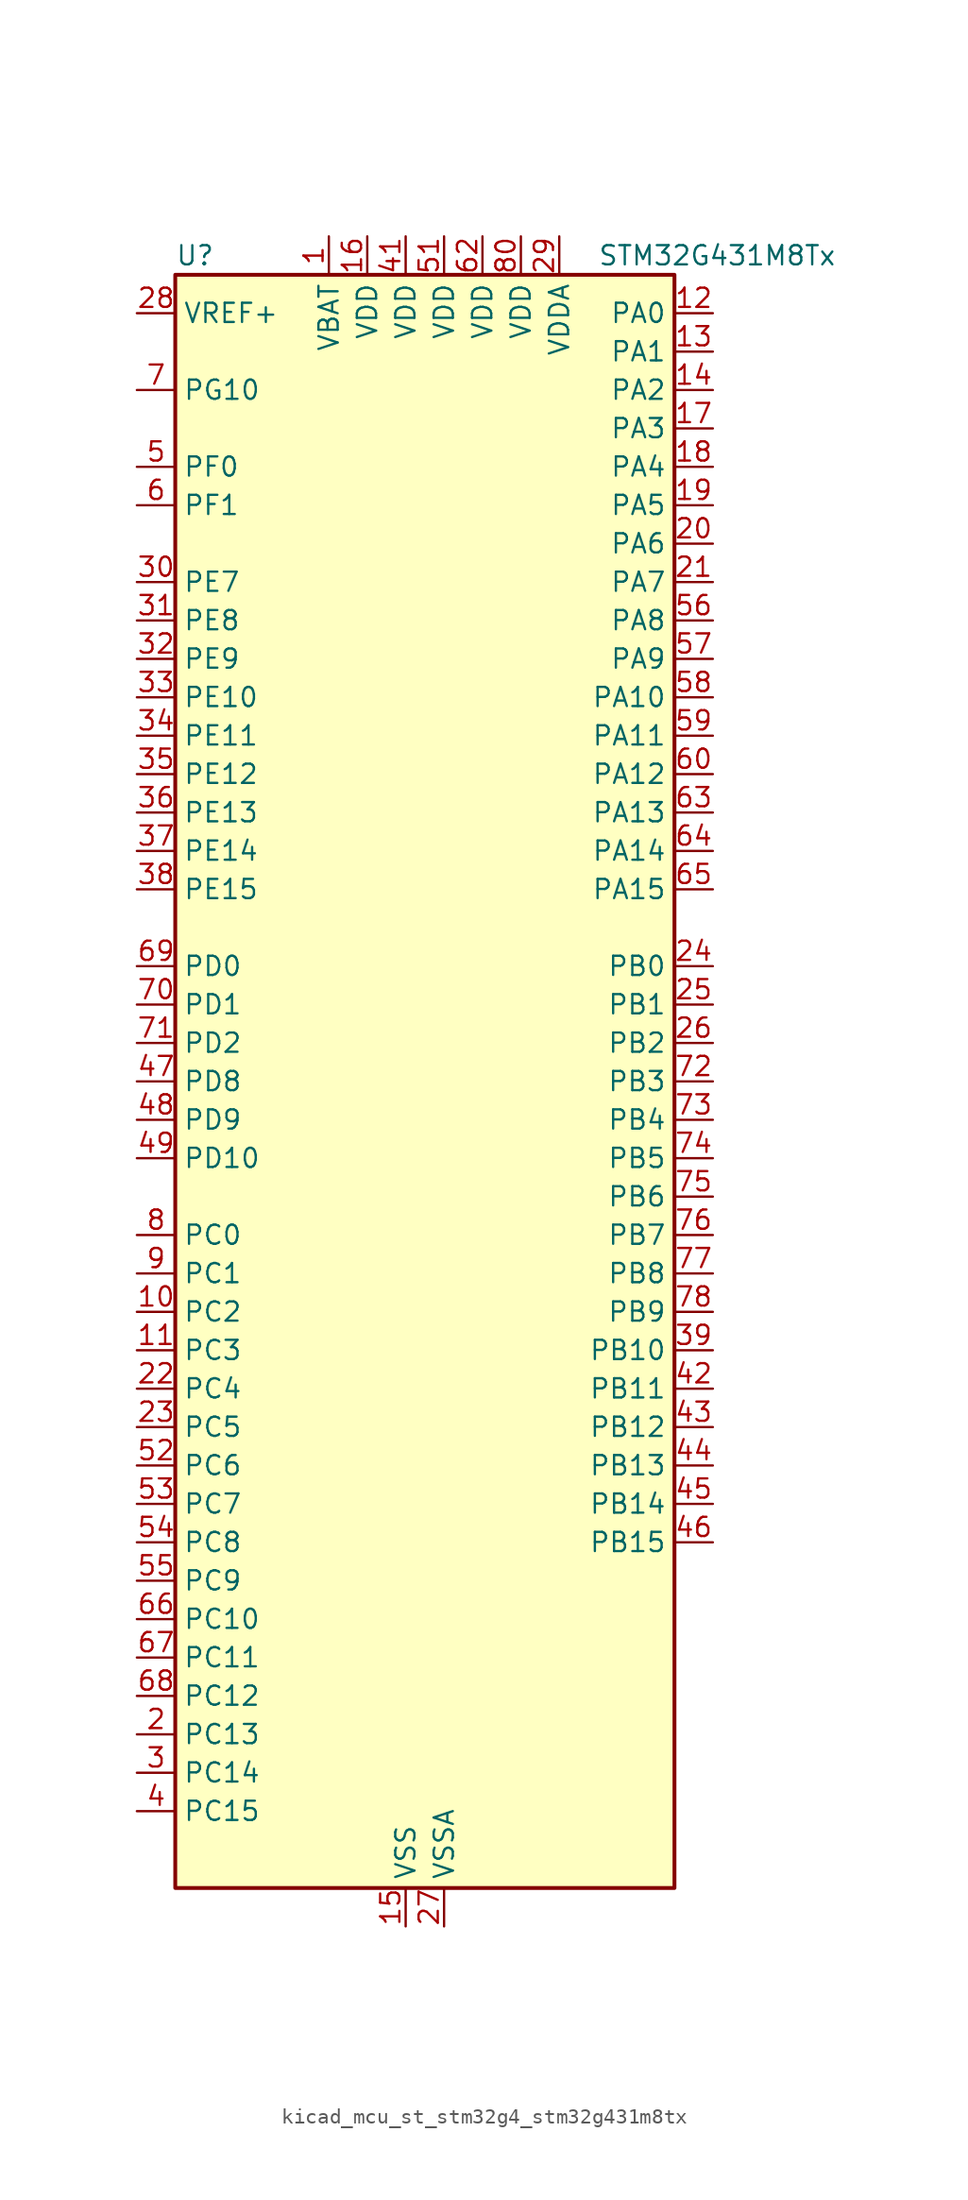
<source format=kicad_sym>
(kicad_symbol_lib
  (version 20220914)
  (generator kicad_symbol_editor)
  (symbol "kicad_mcu_st_stm32g4_stm32g431m8tx"
    (property "Reference" "U"
      (at -15.24 54.61 0)
      (effects (font (size 1.27 1.27)) (justify left)))
    (property "Value" "STM32G431M8Tx"
      (at 12.7 54.61 0)
      (effects (font (size 1.27 1.27)) (justify left)))
    (property "ki_locked" ""
      (at 0 0 0)
      (effects (font (size 1.27 1.27))))
    (symbol "kicad_mcu_st_stm32g4_stm32g431m8tx_0_1"
      (rectangle (start -15.24 -53.34) (end 17.78 53.34) (stroke (width 0.254) (type default)) (fill (type background))))
    (symbol "kicad_mcu_st_stm32g4_stm32g431m8tx_1_1"
      (pin power_in line (at -5.08 55.88 270) (length 2.54) (name "VBAT" (effects (font (size 1.27 1.27)))) (number "1" (effects (font (size 1.27 1.27)))))
      (pin bidirectional line (at -17.78 -15.24 0) (length 2.54) (name "PC2" (effects (font (size 1.27 1.27)))) (number "10" (effects (font (size 1.27 1.27)))) (alternate "ADC1_IN8" bidirectional line) (alternate "ADC2_IN8" bidirectional line) (alternate "COMP3_OUT" bidirectional line) (alternate "LPTIM1_IN2" bidirectional line) (alternate "TIM1_CH3" bidirectional line))
      (pin bidirectional line (at -17.78 -17.78 0) (length 2.54) (name "PC3" (effects (font (size 1.27 1.27)))) (number "11" (effects (font (size 1.27 1.27)))) (alternate "ADC1_IN9" bidirectional line) (alternate "ADC2_IN9" bidirectional line) (alternate "LPTIM1_ETR" bidirectional line) (alternate "SAI1_D1" bidirectional line) (alternate "SAI1_SD_A" bidirectional line) (alternate "TIM1_BKIN2" bidirectional line) (alternate "TIM1_CH4" bidirectional line))
      (pin bidirectional line (at 20.32 50.8 180) (length 2.54) (name "PA0" (effects (font (size 1.27 1.27)))) (number "12" (effects (font (size 1.27 1.27)))) (alternate "ADC1_IN1" bidirectional line) (alternate "ADC2_IN1" bidirectional line) (alternate "COMP1_INM" bidirectional line) (alternate "COMP1_OUT" bidirectional line) (alternate "COMP3_INP" bidirectional line) (alternate "RTC_TAMP2" bidirectional line) (alternate "SYS_WKUP1" bidirectional line) (alternate "TIM2_CH1" bidirectional line) (alternate "TIM2_ETR" bidirectional line) (alternate "TIM8_BKIN" bidirectional line) (alternate "TIM8_ETR" bidirectional line) (alternate "USART2_CTS" bidirectional line) (alternate "USART2_NSS" bidirectional line))
      (pin bidirectional line (at 20.32 48.26 180) (length 2.54) (name "PA1" (effects (font (size 1.27 1.27)))) (number "13" (effects (font (size 1.27 1.27)))) (alternate "ADC1_IN2" bidirectional line) (alternate "ADC2_IN2" bidirectional line) (alternate "COMP1_INP" bidirectional line) (alternate "OPAMP1_VINP" bidirectional line) (alternate "OPAMP1_VINP_SEC" bidirectional line) (alternate "OPAMP3_VINP" bidirectional line) (alternate "OPAMP3_VINP_SEC" bidirectional line) (alternate "RTC_REFIN" bidirectional line) (alternate "TIM15_CH1N" bidirectional line) (alternate "TIM2_CH2" bidirectional line) (alternate "USART2_DE" bidirectional line) (alternate "USART2_RTS" bidirectional line))
      (pin bidirectional line (at 20.32 45.72 180) (length 2.54) (name "PA2" (effects (font (size 1.27 1.27)))) (number "14" (effects (font (size 1.27 1.27)))) (alternate "ADC1_IN3" bidirectional line) (alternate "COMP2_INM" bidirectional line) (alternate "COMP2_OUT" bidirectional line) (alternate "LPUART1_TX" bidirectional line) (alternate "OPAMP1_VOUT" bidirectional line) (alternate "RCC_LSCO" bidirectional line) (alternate "SYS_WKUP4" bidirectional line) (alternate "TIM15_CH1" bidirectional line) (alternate "TIM2_CH3" bidirectional line) (alternate "UCPD1_FRSTX1" bidirectional line) (alternate "UCPD1_FRSTX2" bidirectional line) (alternate "USART2_TX" bidirectional line))
      (pin power_in line (at 0 -55.88 90) (length 2.54) (name "VSS" (effects (font (size 1.27 1.27)))) (number "15" (effects (font (size 1.27 1.27)))))
      (pin power_in line (at -2.54 55.88 270) (length 2.54) (name "VDD" (effects (font (size 1.27 1.27)))) (number "16" (effects (font (size 1.27 1.27)))))
      (pin bidirectional line (at 20.32 43.18 180) (length 2.54) (name "PA3" (effects (font (size 1.27 1.27)))) (number "17" (effects (font (size 1.27 1.27)))) (alternate "ADC1_IN4" bidirectional line) (alternate "COMP2_INP" bidirectional line) (alternate "LPUART1_RX" bidirectional line) (alternate "OPAMP1_VINM" bidirectional line) (alternate "OPAMP1_VINM0" bidirectional line) (alternate "OPAMP1_VINM_SEC" bidirectional line) (alternate "OPAMP1_VINP" bidirectional line) (alternate "OPAMP1_VINP_SEC" bidirectional line) (alternate "SAI1_CK1" bidirectional line) (alternate "SAI1_MCLK_A" bidirectional line) (alternate "TIM15_CH2" bidirectional line) (alternate "TIM2_CH4" bidirectional line) (alternate "USART2_RX" bidirectional line))
      (pin bidirectional line (at 20.32 40.64 180) (length 2.54) (name "PA4" (effects (font (size 1.27 1.27)))) (number "18" (effects (font (size 1.27 1.27)))) (alternate "ADC2_IN17" bidirectional line) (alternate "COMP1_INM" bidirectional line) (alternate "DAC1_OUT1" bidirectional line) (alternate "I2S3_WS" bidirectional line) (alternate "SAI1_FS_B" bidirectional line) (alternate "SPI1_NSS" bidirectional line) (alternate "SPI3_NSS" bidirectional line) (alternate "TIM3_CH2" bidirectional line) (alternate "USART2_CK" bidirectional line))
      (pin bidirectional line (at 20.32 38.1 180) (length 2.54) (name "PA5" (effects (font (size 1.27 1.27)))) (number "19" (effects (font (size 1.27 1.27)))) (alternate "ADC2_IN13" bidirectional line) (alternate "COMP2_INM" bidirectional line) (alternate "DAC1_OUT2" bidirectional line) (alternate "OPAMP2_VINM" bidirectional line) (alternate "OPAMP2_VINM0" bidirectional line) (alternate "OPAMP2_VINM_SEC" bidirectional line) (alternate "SPI1_SCK" bidirectional line) (alternate "TIM2_CH1" bidirectional line) (alternate "TIM2_ETR" bidirectional line) (alternate "UCPD1_FRSTX1" bidirectional line) (alternate "UCPD1_FRSTX2" bidirectional line))
      (pin bidirectional line (at -17.78 -43.18 0) (length 2.54) (name "PC13" (effects (font (size 1.27 1.27)))) (number "2" (effects (font (size 1.27 1.27)))) (alternate "RTC_OUT1" bidirectional line) (alternate "RTC_TAMP1" bidirectional line) (alternate "RTC_TS" bidirectional line) (alternate "SYS_WKUP2" bidirectional line) (alternate "TIM1_BKIN" bidirectional line) (alternate "TIM1_CH1N" bidirectional line) (alternate "TIM8_CH4N" bidirectional line))
      (pin bidirectional line (at 20.32 35.56 180) (length 2.54) (name "PA6" (effects (font (size 1.27 1.27)))) (number "20" (effects (font (size 1.27 1.27)))) (alternate "ADC2_IN3" bidirectional line) (alternate "COMP1_OUT" bidirectional line) (alternate "LPUART1_CTS" bidirectional line) (alternate "OPAMP2_VOUT" bidirectional line) (alternate "SPI1_MISO" bidirectional line) (alternate "TIM16_CH1" bidirectional line) (alternate "TIM1_BKIN" bidirectional line) (alternate "TIM3_CH1" bidirectional line) (alternate "TIM8_BKIN" bidirectional line))
      (pin bidirectional line (at 20.32 33.02 180) (length 2.54) (name "PA7" (effects (font (size 1.27 1.27)))) (number "21" (effects (font (size 1.27 1.27)))) (alternate "ADC2_IN4" bidirectional line) (alternate "COMP2_INP" bidirectional line) (alternate "COMP2_OUT" bidirectional line) (alternate "OPAMP1_VINP" bidirectional line) (alternate "OPAMP1_VINP_SEC" bidirectional line) (alternate "OPAMP2_VINP" bidirectional line) (alternate "OPAMP2_VINP_SEC" bidirectional line) (alternate "SPI1_MOSI" bidirectional line) (alternate "TIM17_CH1" bidirectional line) (alternate "TIM1_CH1N" bidirectional line) (alternate "TIM3_CH2" bidirectional line) (alternate "TIM8_CH1N" bidirectional line) (alternate "UCPD1_FRSTX1" bidirectional line) (alternate "UCPD1_FRSTX2" bidirectional line))
      (pin bidirectional line (at -17.78 -20.32 0) (length 2.54) (name "PC4" (effects (font (size 1.27 1.27)))) (number "22" (effects (font (size 1.27 1.27)))) (alternate "ADC2_IN5" bidirectional line) (alternate "I2C2_SCL" bidirectional line) (alternate "TIM1_ETR" bidirectional line) (alternate "USART1_TX" bidirectional line))
      (pin bidirectional line (at -17.78 -22.86 0) (length 2.54) (name "PC5" (effects (font (size 1.27 1.27)))) (number "23" (effects (font (size 1.27 1.27)))) (alternate "ADC2_IN11" bidirectional line) (alternate "OPAMP1_VINM" bidirectional line) (alternate "OPAMP1_VINM1" bidirectional line) (alternate "OPAMP1_VINM_SEC" bidirectional line) (alternate "OPAMP2_VINM" bidirectional line) (alternate "OPAMP2_VINM1" bidirectional line) (alternate "OPAMP2_VINM_SEC" bidirectional line) (alternate "SAI1_D3" bidirectional line) (alternate "SYS_WKUP5" bidirectional line) (alternate "TIM15_BKIN" bidirectional line) (alternate "TIM1_CH4N" bidirectional line) (alternate "USART1_RX" bidirectional line))
      (pin bidirectional line (at 20.32 7.62 180) (length 2.54) (name "PB0" (effects (font (size 1.27 1.27)))) (number "24" (effects (font (size 1.27 1.27)))) (alternate "ADC1_IN15" bidirectional line) (alternate "COMP4_INP" bidirectional line) (alternate "OPAMP2_VINP" bidirectional line) (alternate "OPAMP2_VINP_SEC" bidirectional line) (alternate "OPAMP3_VINP" bidirectional line) (alternate "OPAMP3_VINP_SEC" bidirectional line) (alternate "TIM1_CH2N" bidirectional line) (alternate "TIM3_CH3" bidirectional line) (alternate "TIM8_CH2N" bidirectional line) (alternate "UCPD1_FRSTX1" bidirectional line) (alternate "UCPD1_FRSTX2" bidirectional line))
      (pin bidirectional line (at 20.32 5.08 180) (length 2.54) (name "PB1" (effects (font (size 1.27 1.27)))) (number "25" (effects (font (size 1.27 1.27)))) (alternate "ADC1_IN12" bidirectional line) (alternate "COMP1_INP" bidirectional line) (alternate "COMP4_OUT" bidirectional line) (alternate "LPUART1_DE" bidirectional line) (alternate "LPUART1_RTS" bidirectional line) (alternate "OPAMP3_VOUT" bidirectional line) (alternate "TIM1_CH3N" bidirectional line) (alternate "TIM3_CH4" bidirectional line) (alternate "TIM8_CH3N" bidirectional line))
      (pin bidirectional line (at 20.32 2.54 180) (length 2.54) (name "PB2" (effects (font (size 1.27 1.27)))) (number "26" (effects (font (size 1.27 1.27)))) (alternate "ADC2_IN12" bidirectional line) (alternate "COMP4_INM" bidirectional line) (alternate "I2C3_SMBA" bidirectional line) (alternate "LPTIM1_OUT" bidirectional line) (alternate "OPAMP3_VINM" bidirectional line) (alternate "OPAMP3_VINM0" bidirectional line) (alternate "OPAMP3_VINM_SEC" bidirectional line) (alternate "RTC_OUT2" bidirectional line))
      (pin power_in line (at 2.54 -55.88 90) (length 2.54) (name "VSSA" (effects (font (size 1.27 1.27)))) (number "27" (effects (font (size 1.27 1.27)))))
      (pin input line (at -17.78 50.8 0) (length 2.54) (name "VREF+" (effects (font (size 1.27 1.27)))) (number "28" (effects (font (size 1.27 1.27)))) (alternate "VREFBUF_OUT" bidirectional line))
      (pin power_in line (at 10.16 55.88 270) (length 2.54) (name "VDDA" (effects (font (size 1.27 1.27)))) (number "29" (effects (font (size 1.27 1.27)))))
      (pin bidirectional line (at -17.78 -45.72 0) (length 2.54) (name "PC14" (effects (font (size 1.27 1.27)))) (number "3" (effects (font (size 1.27 1.27)))) (alternate "RCC_OSC32_IN" bidirectional line))
      (pin bidirectional line (at -17.78 33.02 0) (length 2.54) (name "PE7" (effects (font (size 1.27 1.27)))) (number "30" (effects (font (size 1.27 1.27)))) (alternate "COMP4_INP" bidirectional line) (alternate "SAI1_SD_B" bidirectional line) (alternate "TIM1_ETR" bidirectional line))
      (pin bidirectional line (at -17.78 30.48 0) (length 2.54) (name "PE8" (effects (font (size 1.27 1.27)))) (number "31" (effects (font (size 1.27 1.27)))) (alternate "COMP4_INM" bidirectional line) (alternate "SAI1_SCK_B" bidirectional line) (alternate "TIM1_CH1N" bidirectional line))
      (pin bidirectional line (at -17.78 27.94 0) (length 2.54) (name "PE9" (effects (font (size 1.27 1.27)))) (number "32" (effects (font (size 1.27 1.27)))) (alternate "DAC1_EXTI9" bidirectional line) (alternate "DAC3_EXTI9" bidirectional line) (alternate "SAI1_FS_B" bidirectional line) (alternate "TIM1_CH1" bidirectional line))
      (pin bidirectional line (at -17.78 25.4 0) (length 2.54) (name "PE10" (effects (font (size 1.27 1.27)))) (number "33" (effects (font (size 1.27 1.27)))) (alternate "DAC1_EXTI10" bidirectional line) (alternate "DAC3_EXTI10" bidirectional line) (alternate "SAI1_MCLK_B" bidirectional line) (alternate "TIM1_CH2N" bidirectional line))
      (pin bidirectional line (at -17.78 22.86 0) (length 2.54) (name "PE11" (effects (font (size 1.27 1.27)))) (number "34" (effects (font (size 1.27 1.27)))) (alternate "ADC1_EXTI11" bidirectional line) (alternate "ADC2_EXTI11" bidirectional line) (alternate "TIM1_CH2" bidirectional line))
      (pin bidirectional line (at -17.78 20.32 0) (length 2.54) (name "PE12" (effects (font (size 1.27 1.27)))) (number "35" (effects (font (size 1.27 1.27)))) (alternate "TIM1_CH3N" bidirectional line))
      (pin bidirectional line (at -17.78 17.78 0) (length 2.54) (name "PE13" (effects (font (size 1.27 1.27)))) (number "36" (effects (font (size 1.27 1.27)))) (alternate "TIM1_CH3" bidirectional line))
      (pin bidirectional line (at -17.78 15.24 0) (length 2.54) (name "PE14" (effects (font (size 1.27 1.27)))) (number "37" (effects (font (size 1.27 1.27)))) (alternate "TIM1_BKIN2" bidirectional line) (alternate "TIM1_CH4" bidirectional line))
      (pin bidirectional line (at -17.78 12.7 0) (length 2.54) (name "PE15" (effects (font (size 1.27 1.27)))) (number "38" (effects (font (size 1.27 1.27)))) (alternate "ADC1_EXTI15" bidirectional line) (alternate "ADC2_EXTI15" bidirectional line) (alternate "TIM1_BKIN" bidirectional line) (alternate "TIM1_CH4N" bidirectional line) (alternate "USART3_RX" bidirectional line))
      (pin bidirectional line (at 20.32 -17.78 180) (length 2.54) (name "PB10" (effects (font (size 1.27 1.27)))) (number "39" (effects (font (size 1.27 1.27)))) (alternate "DAC1_EXTI10" bidirectional line) (alternate "DAC3_EXTI10" bidirectional line) (alternate "LPUART1_RX" bidirectional line) (alternate "OPAMP3_VINM" bidirectional line) (alternate "OPAMP3_VINM1" bidirectional line) (alternate "OPAMP3_VINM_SEC" bidirectional line) (alternate "SAI1_SCK_A" bidirectional line) (alternate "TIM1_BKIN" bidirectional line) (alternate "TIM2_CH3" bidirectional line) (alternate "USART3_TX" bidirectional line))
      (pin bidirectional line (at -17.78 -48.26 0) (length 2.54) (name "PC15" (effects (font (size 1.27 1.27)))) (number "4" (effects (font (size 1.27 1.27)))) (alternate "ADC1_EXTI15" bidirectional line) (alternate "ADC2_EXTI15" bidirectional line) (alternate "RCC_OSC32_OUT" bidirectional line))
      (pin passive line (at 0 -55.88 90) (length 2.54) hide (name "VSS" (effects (font (size 1.27 1.27)))) (number "40" (effects (font (size 1.27 1.27)))))
      (pin power_in line (at 0 55.88 270) (length 2.54) (name "VDD" (effects (font (size 1.27 1.27)))) (number "41" (effects (font (size 1.27 1.27)))))
      (pin bidirectional line (at 20.32 -20.32 180) (length 2.54) (name "PB11" (effects (font (size 1.27 1.27)))) (number "42" (effects (font (size 1.27 1.27)))) (alternate "ADC1_EXTI11" bidirectional line) (alternate "ADC1_IN14" bidirectional line) (alternate "ADC2_EXTI11" bidirectional line) (alternate "ADC2_IN14" bidirectional line) (alternate "LPUART1_TX" bidirectional line) (alternate "TIM2_CH4" bidirectional line) (alternate "USART3_RX" bidirectional line))
      (pin bidirectional line (at 20.32 -22.86 180) (length 2.54) (name "PB12" (effects (font (size 1.27 1.27)))) (number "43" (effects (font (size 1.27 1.27)))) (alternate "ADC1_IN11" bidirectional line) (alternate "I2C2_SMBA" bidirectional line) (alternate "I2S2_WS" bidirectional line) (alternate "LPUART1_DE" bidirectional line) (alternate "LPUART1_RTS" bidirectional line) (alternate "SPI2_NSS" bidirectional line) (alternate "TIM1_BKIN" bidirectional line) (alternate "USART3_CK" bidirectional line))
      (pin bidirectional line (at 20.32 -25.4 180) (length 2.54) (name "PB13" (effects (font (size 1.27 1.27)))) (number "44" (effects (font (size 1.27 1.27)))) (alternate "I2S2_CK" bidirectional line) (alternate "LPUART1_CTS" bidirectional line) (alternate "OPAMP3_VINP" bidirectional line) (alternate "OPAMP3_VINP_SEC" bidirectional line) (alternate "SPI2_SCK" bidirectional line) (alternate "TIM1_CH1N" bidirectional line) (alternate "USART3_CTS" bidirectional line) (alternate "USART3_NSS" bidirectional line))
      (pin bidirectional line (at 20.32 -27.94 180) (length 2.54) (name "PB14" (effects (font (size 1.27 1.27)))) (number "45" (effects (font (size 1.27 1.27)))) (alternate "ADC1_IN5" bidirectional line) (alternate "COMP4_OUT" bidirectional line) (alternate "OPAMP2_VINP" bidirectional line) (alternate "OPAMP2_VINP_SEC" bidirectional line) (alternate "SPI2_MISO" bidirectional line) (alternate "TIM15_CH1" bidirectional line) (alternate "TIM1_CH2N" bidirectional line) (alternate "USART3_DE" bidirectional line) (alternate "USART3_RTS" bidirectional line))
      (pin bidirectional line (at 20.32 -30.48 180) (length 2.54) (name "PB15" (effects (font (size 1.27 1.27)))) (number "46" (effects (font (size 1.27 1.27)))) (alternate "ADC1_EXTI15" bidirectional line) (alternate "ADC2_EXTI15" bidirectional line) (alternate "ADC2_IN15" bidirectional line) (alternate "COMP3_OUT" bidirectional line) (alternate "I2S2_SD" bidirectional line) (alternate "RTC_REFIN" bidirectional line) (alternate "SPI2_MOSI" bidirectional line) (alternate "TIM15_CH1N" bidirectional line) (alternate "TIM15_CH2" bidirectional line) (alternate "TIM1_CH3N" bidirectional line))
      (pin bidirectional line (at -17.78 0 0) (length 2.54) (name "PD8" (effects (font (size 1.27 1.27)))) (number "47" (effects (font (size 1.27 1.27)))) (alternate "USART3_TX" bidirectional line))
      (pin bidirectional line (at -17.78 -2.54 0) (length 2.54) (name "PD9" (effects (font (size 1.27 1.27)))) (number "48" (effects (font (size 1.27 1.27)))) (alternate "DAC1_EXTI9" bidirectional line) (alternate "DAC3_EXTI9" bidirectional line) (alternate "USART3_RX" bidirectional line))
      (pin bidirectional line (at -17.78 -5.08 0) (length 2.54) (name "PD10" (effects (font (size 1.27 1.27)))) (number "49" (effects (font (size 1.27 1.27)))) (alternate "DAC1_EXTI10" bidirectional line) (alternate "DAC3_EXTI10" bidirectional line) (alternate "USART3_CK" bidirectional line))
      (pin bidirectional line (at -17.78 40.64 0) (length 2.54) (name "PF0" (effects (font (size 1.27 1.27)))) (number "5" (effects (font (size 1.27 1.27)))) (alternate "ADC1_IN10" bidirectional line) (alternate "I2C2_SDA" bidirectional line) (alternate "I2S2_WS" bidirectional line) (alternate "RCC_OSC_IN" bidirectional line) (alternate "SPI2_NSS" bidirectional line) (alternate "TIM1_CH3N" bidirectional line))
      (pin passive line (at 0 -55.88 90) (length 2.54) hide (name "VSS" (effects (font (size 1.27 1.27)))) (number "50" (effects (font (size 1.27 1.27)))))
      (pin power_in line (at 2.54 55.88 270) (length 2.54) (name "VDD" (effects (font (size 1.27 1.27)))) (number "51" (effects (font (size 1.27 1.27)))))
      (pin bidirectional line (at -17.78 -25.4 0) (length 2.54) (name "PC6" (effects (font (size 1.27 1.27)))) (number "52" (effects (font (size 1.27 1.27)))) (alternate "I2S2_MCK" bidirectional line) (alternate "TIM3_CH1" bidirectional line) (alternate "TIM8_CH1" bidirectional line))
      (pin bidirectional line (at -17.78 -27.94 0) (length 2.54) (name "PC7" (effects (font (size 1.27 1.27)))) (number "53" (effects (font (size 1.27 1.27)))) (alternate "I2S3_MCK" bidirectional line) (alternate "TIM3_CH2" bidirectional line) (alternate "TIM8_CH2" bidirectional line))
      (pin bidirectional line (at -17.78 -30.48 0) (length 2.54) (name "PC8" (effects (font (size 1.27 1.27)))) (number "54" (effects (font (size 1.27 1.27)))) (alternate "I2C3_SCL" bidirectional line) (alternate "TIM3_CH3" bidirectional line) (alternate "TIM8_CH3" bidirectional line))
      (pin bidirectional line (at -17.78 -33.02 0) (length 2.54) (name "PC9" (effects (font (size 1.27 1.27)))) (number "55" (effects (font (size 1.27 1.27)))) (alternate "DAC1_EXTI9" bidirectional line) (alternate "DAC3_EXTI9" bidirectional line) (alternate "I2C3_SDA" bidirectional line) (alternate "I2S_CKIN" bidirectional line) (alternate "TIM3_CH4" bidirectional line) (alternate "TIM8_BKIN2" bidirectional line) (alternate "TIM8_CH4" bidirectional line))
      (pin bidirectional line (at 20.32 30.48 180) (length 2.54) (name "PA8" (effects (font (size 1.27 1.27)))) (number "56" (effects (font (size 1.27 1.27)))) (alternate "I2C2_SDA" bidirectional line) (alternate "I2C3_SCL" bidirectional line) (alternate "I2S2_MCK" bidirectional line) (alternate "RCC_MCO" bidirectional line) (alternate "SAI1_CK2" bidirectional line) (alternate "SAI1_SCK_A" bidirectional line) (alternate "TIM1_CH1" bidirectional line) (alternate "TIM4_ETR" bidirectional line) (alternate "USART1_CK" bidirectional line))
      (pin bidirectional line (at 20.32 27.94 180) (length 2.54) (name "PA9" (effects (font (size 1.27 1.27)))) (number "57" (effects (font (size 1.27 1.27)))) (alternate "DAC1_EXTI9" bidirectional line) (alternate "DAC3_EXTI9" bidirectional line) (alternate "I2C2_SCL" bidirectional line) (alternate "I2C3_SMBA" bidirectional line) (alternate "I2S3_MCK" bidirectional line) (alternate "SAI1_FS_A" bidirectional line) (alternate "TIM15_BKIN" bidirectional line) (alternate "TIM1_CH2" bidirectional line) (alternate "TIM2_CH3" bidirectional line) (alternate "UCPD1_DBCC1" bidirectional line) (alternate "USART1_TX" bidirectional line))
      (pin bidirectional line (at 20.32 25.4 180) (length 2.54) (name "PA10" (effects (font (size 1.27 1.27)))) (number "58" (effects (font (size 1.27 1.27)))) (alternate "CRS_SYNC" bidirectional line) (alternate "DAC1_EXTI10" bidirectional line) (alternate "DAC3_EXTI10" bidirectional line) (alternate "I2C2_SMBA" bidirectional line) (alternate "SAI1_D1" bidirectional line) (alternate "SAI1_SD_A" bidirectional line) (alternate "SPI2_MISO" bidirectional line) (alternate "TIM17_BKIN" bidirectional line) (alternate "TIM1_CH3" bidirectional line) (alternate "TIM2_CH4" bidirectional line) (alternate "TIM8_BKIN" bidirectional line) (alternate "UCPD1_DBCC2" bidirectional line) (alternate "USART1_RX" bidirectional line))
      (pin bidirectional line (at 20.32 22.86 180) (length 2.54) (name "PA11" (effects (font (size 1.27 1.27)))) (number "59" (effects (font (size 1.27 1.27)))) (alternate "ADC1_EXTI11" bidirectional line) (alternate "ADC2_EXTI11" bidirectional line) (alternate "COMP1_OUT" bidirectional line) (alternate "FDCAN1_RX" bidirectional line) (alternate "I2S2_SD" bidirectional line) (alternate "SPI2_MOSI" bidirectional line) (alternate "TIM1_BKIN2" bidirectional line) (alternate "TIM1_CH1N" bidirectional line) (alternate "TIM1_CH4" bidirectional line) (alternate "TIM4_CH1" bidirectional line) (alternate "USART1_CTS" bidirectional line) (alternate "USART1_NSS" bidirectional line) (alternate "USB_DM" bidirectional line))
      (pin bidirectional line (at -17.78 38.1 0) (length 2.54) (name "PF1" (effects (font (size 1.27 1.27)))) (number "6" (effects (font (size 1.27 1.27)))) (alternate "ADC2_IN10" bidirectional line) (alternate "COMP3_INM" bidirectional line) (alternate "I2S2_CK" bidirectional line) (alternate "RCC_OSC_OUT" bidirectional line) (alternate "SPI2_SCK" bidirectional line))
      (pin bidirectional line (at 20.32 20.32 180) (length 2.54) (name "PA12" (effects (font (size 1.27 1.27)))) (number "60" (effects (font (size 1.27 1.27)))) (alternate "COMP2_OUT" bidirectional line) (alternate "FDCAN1_TX" bidirectional line) (alternate "I2S_CKIN" bidirectional line) (alternate "TIM16_CH1" bidirectional line) (alternate "TIM1_CH2N" bidirectional line) (alternate "TIM1_ETR" bidirectional line) (alternate "TIM4_CH2" bidirectional line) (alternate "USART1_DE" bidirectional line) (alternate "USART1_RTS" bidirectional line) (alternate "USB_DP" bidirectional line))
      (pin passive line (at 0 -55.88 90) (length 2.54) hide (name "VSS" (effects (font (size 1.27 1.27)))) (number "61" (effects (font (size 1.27 1.27)))))
      (pin power_in line (at 5.08 55.88 270) (length 2.54) (name "VDD" (effects (font (size 1.27 1.27)))) (number "62" (effects (font (size 1.27 1.27)))))
      (pin bidirectional line (at 20.32 17.78 180) (length 2.54) (name "PA13" (effects (font (size 1.27 1.27)))) (number "63" (effects (font (size 1.27 1.27)))) (alternate "I2C1_SCL" bidirectional line) (alternate "IR_OUT" bidirectional line) (alternate "SAI1_SD_B" bidirectional line) (alternate "SYS_JTMS-SWDIO" bidirectional line) (alternate "TIM16_CH1N" bidirectional line) (alternate "TIM4_CH3" bidirectional line) (alternate "USART3_CTS" bidirectional line) (alternate "USART3_NSS" bidirectional line))
      (pin bidirectional line (at 20.32 15.24 180) (length 2.54) (name "PA14" (effects (font (size 1.27 1.27)))) (number "64" (effects (font (size 1.27 1.27)))) (alternate "I2C1_SDA" bidirectional line) (alternate "LPTIM1_OUT" bidirectional line) (alternate "SAI1_FS_B" bidirectional line) (alternate "SYS_JTCK-SWCLK" bidirectional line) (alternate "TIM1_BKIN" bidirectional line) (alternate "TIM8_CH2" bidirectional line) (alternate "USART2_TX" bidirectional line))
      (pin bidirectional line (at 20.32 12.7 180) (length 2.54) (name "PA15" (effects (font (size 1.27 1.27)))) (number "65" (effects (font (size 1.27 1.27)))) (alternate "ADC1_EXTI15" bidirectional line) (alternate "ADC2_EXTI15" bidirectional line) (alternate "I2C1_SCL" bidirectional line) (alternate "I2S3_WS" bidirectional line) (alternate "SPI1_NSS" bidirectional line) (alternate "SPI3_NSS" bidirectional line) (alternate "SYS_JTDI" bidirectional line) (alternate "TIM1_BKIN" bidirectional line) (alternate "TIM2_CH1" bidirectional line) (alternate "TIM2_ETR" bidirectional line) (alternate "TIM8_CH1" bidirectional line) (alternate "UART4_DE" bidirectional line) (alternate "UART4_RTS" bidirectional line) (alternate "USART2_RX" bidirectional line))
      (pin bidirectional line (at -17.78 -35.56 0) (length 2.54) (name "PC10" (effects (font (size 1.27 1.27)))) (number "66" (effects (font (size 1.27 1.27)))) (alternate "DAC1_EXTI10" bidirectional line) (alternate "DAC3_EXTI10" bidirectional line) (alternate "I2S3_CK" bidirectional line) (alternate "SPI3_SCK" bidirectional line) (alternate "TIM8_CH1N" bidirectional line) (alternate "UART4_TX" bidirectional line) (alternate "USART3_TX" bidirectional line))
      (pin bidirectional line (at -17.78 -38.1 0) (length 2.54) (name "PC11" (effects (font (size 1.27 1.27)))) (number "67" (effects (font (size 1.27 1.27)))) (alternate "ADC1_EXTI11" bidirectional line) (alternate "ADC2_EXTI11" bidirectional line) (alternate "I2C3_SDA" bidirectional line) (alternate "SPI3_MISO" bidirectional line) (alternate "TIM8_CH2N" bidirectional line) (alternate "UART4_RX" bidirectional line) (alternate "USART3_RX" bidirectional line))
      (pin bidirectional line (at -17.78 -40.64 0) (length 2.54) (name "PC12" (effects (font (size 1.27 1.27)))) (number "68" (effects (font (size 1.27 1.27)))) (alternate "I2S3_SD" bidirectional line) (alternate "SPI3_MOSI" bidirectional line) (alternate "TIM8_CH3N" bidirectional line) (alternate "UCPD1_FRSTX1" bidirectional line) (alternate "UCPD1_FRSTX2" bidirectional line) (alternate "USART3_CK" bidirectional line))
      (pin bidirectional line (at -17.78 7.62 0) (length 2.54) (name "PD0" (effects (font (size 1.27 1.27)))) (number "69" (effects (font (size 1.27 1.27)))) (alternate "FDCAN1_RX" bidirectional line) (alternate "TIM8_CH4N" bidirectional line))
      (pin bidirectional line (at -17.78 45.72 0) (length 2.54) (name "PG10" (effects (font (size 1.27 1.27)))) (number "7" (effects (font (size 1.27 1.27)))) (alternate "DAC1_EXTI10" bidirectional line) (alternate "DAC3_EXTI10" bidirectional line) (alternate "RCC_MCO" bidirectional line))
      (pin bidirectional line (at -17.78 5.08 0) (length 2.54) (name "PD1" (effects (font (size 1.27 1.27)))) (number "70" (effects (font (size 1.27 1.27)))) (alternate "FDCAN1_TX" bidirectional line) (alternate "TIM8_BKIN2" bidirectional line) (alternate "TIM8_CH4" bidirectional line))
      (pin bidirectional line (at -17.78 2.54 0) (length 2.54) (name "PD2" (effects (font (size 1.27 1.27)))) (number "71" (effects (font (size 1.27 1.27)))) (alternate "TIM3_ETR" bidirectional line) (alternate "TIM8_BKIN" bidirectional line))
      (pin bidirectional line (at 20.32 0 180) (length 2.54) (name "PB3" (effects (font (size 1.27 1.27)))) (number "72" (effects (font (size 1.27 1.27)))) (alternate "CRS_SYNC" bidirectional line) (alternate "I2S3_CK" bidirectional line) (alternate "SAI1_SCK_B" bidirectional line) (alternate "SPI1_SCK" bidirectional line) (alternate "SPI3_SCK" bidirectional line) (alternate "SYS_JTDO-SWO" bidirectional line) (alternate "TIM2_CH2" bidirectional line) (alternate "TIM3_ETR" bidirectional line) (alternate "TIM4_ETR" bidirectional line) (alternate "TIM8_CH1N" bidirectional line) (alternate "USART2_TX" bidirectional line))
      (pin bidirectional line (at 20.32 -2.54 180) (length 2.54) (name "PB4" (effects (font (size 1.27 1.27)))) (number "73" (effects (font (size 1.27 1.27)))) (alternate "SAI1_MCLK_B" bidirectional line) (alternate "SPI1_MISO" bidirectional line) (alternate "SPI3_MISO" bidirectional line) (alternate "SYS_JTRST" bidirectional line) (alternate "TIM16_CH1" bidirectional line) (alternate "TIM17_BKIN" bidirectional line) (alternate "TIM3_CH1" bidirectional line) (alternate "TIM8_CH2N" bidirectional line) (alternate "UCPD1_CC2" bidirectional line) (alternate "USART2_RX" bidirectional line))
      (pin bidirectional line (at 20.32 -5.08 180) (length 2.54) (name "PB5" (effects (font (size 1.27 1.27)))) (number "74" (effects (font (size 1.27 1.27)))) (alternate "I2C1_SMBA" bidirectional line) (alternate "I2C3_SDA" bidirectional line) (alternate "I2S3_SD" bidirectional line) (alternate "LPTIM1_IN1" bidirectional line) (alternate "SAI1_SD_B" bidirectional line) (alternate "SPI1_MOSI" bidirectional line) (alternate "SPI3_MOSI" bidirectional line) (alternate "TIM16_BKIN" bidirectional line) (alternate "TIM17_CH1" bidirectional line) (alternate "TIM3_CH2" bidirectional line) (alternate "TIM8_CH3N" bidirectional line) (alternate "USART2_CK" bidirectional line))
      (pin bidirectional line (at 20.32 -7.62 180) (length 2.54) (name "PB6" (effects (font (size 1.27 1.27)))) (number "75" (effects (font (size 1.27 1.27)))) (alternate "COMP4_OUT" bidirectional line) (alternate "LPTIM1_ETR" bidirectional line) (alternate "SAI1_FS_B" bidirectional line) (alternate "TIM16_CH1N" bidirectional line) (alternate "TIM4_CH1" bidirectional line) (alternate "TIM8_BKIN2" bidirectional line) (alternate "TIM8_CH1" bidirectional line) (alternate "TIM8_ETR" bidirectional line) (alternate "UCPD1_CC1" bidirectional line) (alternate "USART1_TX" bidirectional line))
      (pin bidirectional line (at 20.32 -10.16 180) (length 2.54) (name "PB7" (effects (font (size 1.27 1.27)))) (number "76" (effects (font (size 1.27 1.27)))) (alternate "COMP3_OUT" bidirectional line) (alternate "I2C1_SDA" bidirectional line) (alternate "LPTIM1_IN2" bidirectional line) (alternate "SYS_PVD_IN" bidirectional line) (alternate "TIM17_CH1N" bidirectional line) (alternate "TIM3_CH4" bidirectional line) (alternate "TIM4_CH2" bidirectional line) (alternate "TIM8_BKIN" bidirectional line) (alternate "UART4_CTS" bidirectional line) (alternate "USART1_RX" bidirectional line))
      (pin bidirectional line (at 20.32 -12.7 180) (length 2.54) (name "PB8" (effects (font (size 1.27 1.27)))) (number "77" (effects (font (size 1.27 1.27)))) (alternate "COMP1_OUT" bidirectional line) (alternate "FDCAN1_RX" bidirectional line) (alternate "I2C1_SCL" bidirectional line) (alternate "SAI1_CK1" bidirectional line) (alternate "SAI1_MCLK_A" bidirectional line) (alternate "TIM16_CH1" bidirectional line) (alternate "TIM1_BKIN" bidirectional line) (alternate "TIM4_CH3" bidirectional line) (alternate "TIM8_CH2" bidirectional line) (alternate "USART3_RX" bidirectional line))
      (pin bidirectional line (at 20.32 -15.24 180) (length 2.54) (name "PB9" (effects (font (size 1.27 1.27)))) (number "78" (effects (font (size 1.27 1.27)))) (alternate "COMP2_OUT" bidirectional line) (alternate "DAC1_EXTI9" bidirectional line) (alternate "DAC3_EXTI9" bidirectional line) (alternate "FDCAN1_TX" bidirectional line) (alternate "I2C1_SDA" bidirectional line) (alternate "IR_OUT" bidirectional line) (alternate "SAI1_D2" bidirectional line) (alternate "SAI1_FS_A" bidirectional line) (alternate "TIM17_CH1" bidirectional line) (alternate "TIM1_CH3N" bidirectional line) (alternate "TIM4_CH4" bidirectional line) (alternate "TIM8_CH3" bidirectional line) (alternate "USART3_TX" bidirectional line))
      (pin passive line (at 0 -55.88 90) (length 2.54) hide (name "VSS" (effects (font (size 1.27 1.27)))) (number "79" (effects (font (size 1.27 1.27)))))
      (pin bidirectional line (at -17.78 -10.16 0) (length 2.54) (name "PC0" (effects (font (size 1.27 1.27)))) (number "8" (effects (font (size 1.27 1.27)))) (alternate "ADC1_IN6" bidirectional line) (alternate "ADC2_IN6" bidirectional line) (alternate "COMP3_INM" bidirectional line) (alternate "LPTIM1_IN1" bidirectional line) (alternate "LPUART1_RX" bidirectional line) (alternate "TIM1_CH1" bidirectional line))
      (pin power_in line (at 7.62 55.88 270) (length 2.54) (name "VDD" (effects (font (size 1.27 1.27)))) (number "80" (effects (font (size 1.27 1.27)))))
      (pin bidirectional line (at -17.78 -12.7 0) (length 2.54) (name "PC1" (effects (font (size 1.27 1.27)))) (number "9" (effects (font (size 1.27 1.27)))) (alternate "ADC1_IN7" bidirectional line) (alternate "ADC2_IN7" bidirectional line) (alternate "COMP3_INP" bidirectional line) (alternate "LPTIM1_OUT" bidirectional line) (alternate "LPUART1_TX" bidirectional line) (alternate "SAI1_SD_A" bidirectional line) (alternate "TIM1_CH2" bidirectional line)))))
</source>
